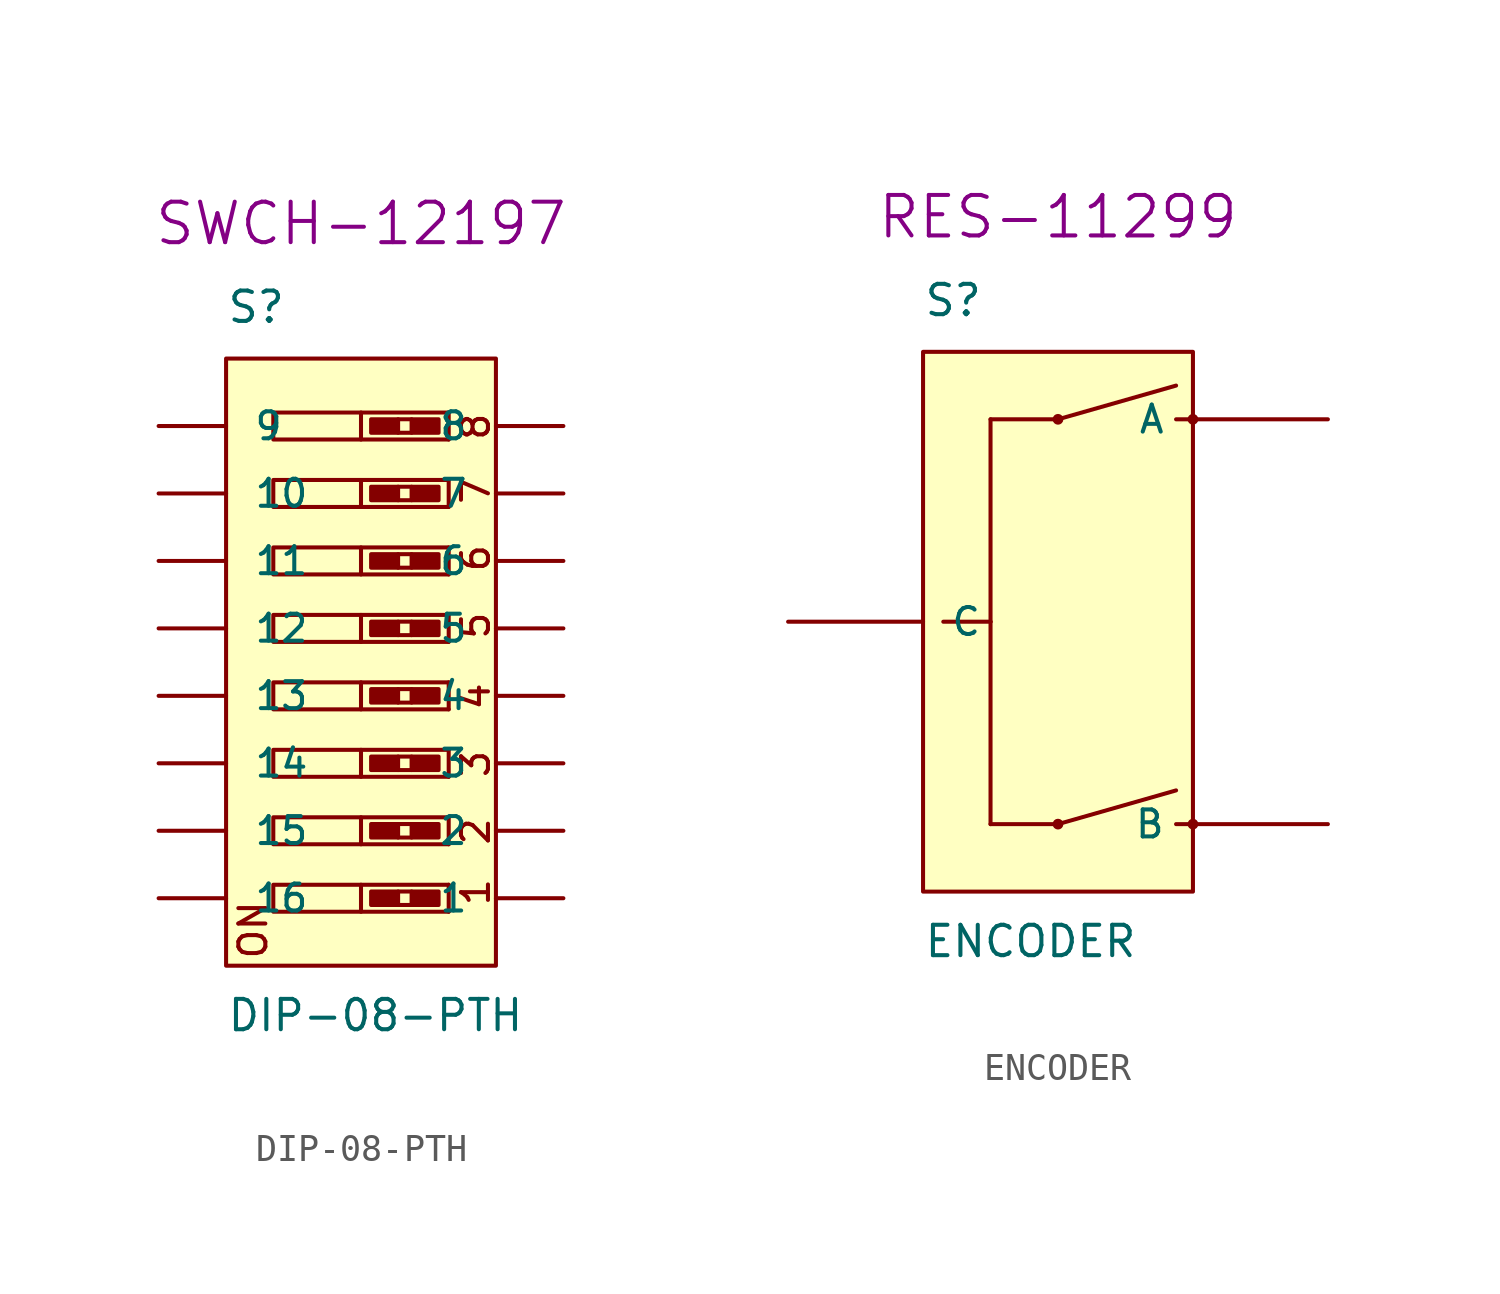
<source format=kicad_sym>
(kicad_symbol_lib
  (version 20211014)
  (generator kicad_symbol_editor)
  (symbol "DIP-08-PTH"
    (pin_numbers hide)
    (pin_names
      (offset 1.016))
    (property "Reference" "S"
      (at -5.08 11.43 0)
      (effects (font (size 1.143 1.143)) (justify left bottom)))
    (property "Value" "DIP-08-PTH"
      (at -5.08 -15.24 0)
      (effects (font (size 1.143 1.143)) (justify left bottom)))
    (property "Field4" "SWCH-12197"
      (at 0 15.24 0)
      (effects (font (size 1.524 1.524))))
    (property "ki_locked" ""
      (at 0 0 0)
      (effects (font (size 1.27 1.27))))
    (symbol "DIP-08-PTH_1_0"
      (polyline (pts (xy 0 -9.652) (xy 3.302 -9.652)) (stroke (width 0) (type default) (color 0 0 0 0)) (fill (type none)))
      (polyline (pts (xy 0 -7.112) (xy 3.302 -7.112)) (stroke (width 0) (type default) (color 0 0 0 0)) (fill (type none)))
      (polyline (pts (xy 0 -4.572) (xy 3.302 -4.572)) (stroke (width 0) (type default) (color 0 0 0 0)) (fill (type none)))
      (polyline (pts (xy 0 -2.032) (xy 3.302 -2.032)) (stroke (width 0) (type default) (color 0 0 0 0)) (fill (type none)))
      (polyline (pts (xy 0 0.508) (xy 3.302 0.508)) (stroke (width 0) (type default) (color 0 0 0 0)) (fill (type none)))
      (polyline (pts (xy 0 3.048) (xy 3.302 3.048)) (stroke (width 0) (type default) (color 0 0 0 0)) (fill (type none)))
      (polyline (pts (xy 0 5.588) (xy 3.302 5.588)) (stroke (width 0) (type default) (color 0 0 0 0)) (fill (type none)))
      (polyline (pts (xy 0 8.128) (xy 3.302 8.128)) (stroke (width 0) (type default) (color 0 0 0 0)) (fill (type none)))
      (polyline (pts (xy 1.397 -10.414) (xy 1.905 -10.414)) (stroke (width 0) (type default) (color 0 0 0 0)) (fill (type none)))
      (polyline (pts (xy 1.397 -9.906) (xy 1.905 -9.906)) (stroke (width 0) (type default) (color 0 0 0 0)) (fill (type none)))
      (polyline (pts (xy 1.397 -7.874) (xy 1.905 -7.874)) (stroke (width 0) (type default) (color 0 0 0 0)) (fill (type none)))
      (polyline (pts (xy 1.397 -7.366) (xy 1.905 -7.366)) (stroke (width 0) (type default) (color 0 0 0 0)) (fill (type none)))
      (polyline (pts (xy 1.397 -5.334) (xy 1.905 -5.334)) (stroke (width 0) (type default) (color 0 0 0 0)) (fill (type none)))
      (polyline (pts (xy 1.397 -4.826) (xy 1.905 -4.826)) (stroke (width 0) (type default) (color 0 0 0 0)) (fill (type none)))
      (polyline (pts (xy 1.397 -2.794) (xy 1.905 -2.794)) (stroke (width 0) (type default) (color 0 0 0 0)) (fill (type none)))
      (polyline (pts (xy 1.397 -2.286) (xy 1.905 -2.286)) (stroke (width 0) (type default) (color 0 0 0 0)) (fill (type none)))
      (polyline (pts (xy 1.397 -0.254) (xy 1.905 -0.254)) (stroke (width 0) (type default) (color 0 0 0 0)) (fill (type none)))
      (polyline (pts (xy 1.397 0.254) (xy 1.905 0.254)) (stroke (width 0) (type default) (color 0 0 0 0)) (fill (type none)))
      (polyline (pts (xy 1.397 2.286) (xy 1.905 2.286)) (stroke (width 0) (type default) (color 0 0 0 0)) (fill (type none)))
      (polyline (pts (xy 1.397 2.794) (xy 1.905 2.794)) (stroke (width 0) (type default) (color 0 0 0 0)) (fill (type none)))
      (polyline (pts (xy 1.397 4.826) (xy 1.905 4.826)) (stroke (width 0) (type default) (color 0 0 0 0)) (fill (type none)))
      (polyline (pts (xy 1.397 5.334) (xy 1.905 5.334)) (stroke (width 0) (type default) (color 0 0 0 0)) (fill (type none)))
      (polyline (pts (xy 1.397 7.366) (xy 1.905 7.366)) (stroke (width 0) (type default) (color 0 0 0 0)) (fill (type none)))
      (polyline (pts (xy 1.397 7.874) (xy 1.905 7.874)) (stroke (width 0) (type default) (color 0 0 0 0)) (fill (type none)))
      (polyline (pts (xy 3.302 -10.668) (xy 0 -10.668)) (stroke (width 0) (type default) (color 0 0 0 0)) (fill (type none)))
      (polyline (pts (xy 3.302 -9.652) (xy 3.302 -10.668)) (stroke (width 0) (type default) (color 0 0 0 0)) (fill (type none)))
      (polyline (pts (xy 3.302 -8.128) (xy 0 -8.128)) (stroke (width 0) (type default) (color 0 0 0 0)) (fill (type none)))
      (polyline (pts (xy 3.302 -7.112) (xy 3.302 -8.128)) (stroke (width 0) (type default) (color 0 0 0 0)) (fill (type none)))
      (polyline (pts (xy 3.302 -5.588) (xy 0 -5.588)) (stroke (width 0) (type default) (color 0 0 0 0)) (fill (type none)))
      (polyline (pts (xy 3.302 -4.572) (xy 3.302 -5.588)) (stroke (width 0) (type default) (color 0 0 0 0)) (fill (type none)))
      (polyline (pts (xy 3.302 -3.048) (xy 0 -3.048)) (stroke (width 0) (type default) (color 0 0 0 0)) (fill (type none)))
      (polyline (pts (xy 3.302 -2.032) (xy 3.302 -3.048)) (stroke (width 0) (type default) (color 0 0 0 0)) (fill (type none)))
      (polyline (pts (xy 3.302 -0.508) (xy 0 -0.508)) (stroke (width 0) (type default) (color 0 0 0 0)) (fill (type none)))
      (polyline (pts (xy 3.302 0.508) (xy 3.302 -0.508)) (stroke (width 0) (type default) (color 0 0 0 0)) (fill (type none)))
      (polyline (pts (xy 3.302 2.032) (xy 0 2.032)) (stroke (width 0) (type default) (color 0 0 0 0)) (fill (type none)))
      (polyline (pts (xy 3.302 3.048) (xy 3.302 2.032)) (stroke (width 0) (type default) (color 0 0 0 0)) (fill (type none)))
      (polyline (pts (xy 3.302 4.572) (xy 0 4.572)) (stroke (width 0) (type default) (color 0 0 0 0)) (fill (type none)))
      (polyline (pts (xy 3.302 5.588) (xy 3.302 4.572)) (stroke (width 0) (type default) (color 0 0 0 0)) (fill (type none)))
      (polyline (pts (xy 3.302 7.112) (xy 0 7.112)) (stroke (width 0) (type default) (color 0 0 0 0)) (fill (type none)))
      (polyline (pts (xy 3.302 8.128) (xy 3.302 7.112)) (stroke (width 0) (type default) (color 0 0 0 0)) (fill (type none)))
      (text "1" (at 4.318 -9.931 900) (effects (font (size 1.016 1.016))))
      (text "2" (at 4.318 -7.645 900) (effects (font (size 1.016 1.016))))
      (text "3" (at 4.318 -5.105 900) (effects (font (size 1.016 1.016))))
      (text "4" (at 4.318 -2.565 900) (effects (font (size 1.016 1.016))))
      (text "5" (at 4.318 0.102 900) (effects (font (size 1.016 1.016))))
      (text "6" (at 4.318 2.642 900) (effects (font (size 1.016 1.016))))
      (text "7" (at 4.318 5.182 900) (effects (font (size 1.016 1.016))))
      (text "8" (at 4.318 7.595 900) (effects (font (size 1.016 1.016))))
      (text "ON" (at -4.064 -11.354 900) (effects (font (size 1.016 1.016)))))
    (symbol "DIP-08-PTH_1_1"
      (polyline (pts (xy -5.08 10.16) (xy -5.08 -12.7) (xy 5.08 -12.7) (xy 5.08 10.16) (xy -5.08 10.16)) (stroke (width 0) (type default) (color 0 0 0 0)) (fill (type background)))
      (polyline (pts (xy -3.302 -9.652) (xy 0 -9.652) (xy 0 -10.668) (xy -3.302 -10.668) (xy -3.302 -9.652)) (stroke (width 0) (type default) (color 0 0 0 0)) (fill (type background)))
      (polyline (pts (xy -3.302 -7.112) (xy 0 -7.112) (xy 0 -8.128) (xy -3.302 -8.128) (xy -3.302 -7.112)) (stroke (width 0) (type default) (color 0 0 0 0)) (fill (type background)))
      (polyline (pts (xy -3.302 -4.572) (xy 0 -4.572) (xy 0 -5.588) (xy -3.302 -5.588) (xy -3.302 -4.572)) (stroke (width 0) (type default) (color 0 0 0 0)) (fill (type background)))
      (polyline (pts (xy -3.302 -2.032) (xy 0 -2.032) (xy 0 -3.048) (xy -3.302 -3.048) (xy -3.302 -2.032)) (stroke (width 0) (type default) (color 0 0 0 0)) (fill (type background)))
      (polyline (pts (xy -3.302 0.508) (xy 0 0.508) (xy 0 -0.508) (xy -3.302 -0.508) (xy -3.302 0.508)) (stroke (width 0) (type default) (color 0 0 0 0)) (fill (type background)))
      (polyline (pts (xy -3.302 3.048) (xy 0 3.048) (xy 0 2.032) (xy -3.302 2.032) (xy -3.302 3.048)) (stroke (width 0) (type default) (color 0 0 0 0)) (fill (type background)))
      (polyline (pts (xy -3.302 5.588) (xy 0 5.588) (xy 0 4.572) (xy -3.302 4.572) (xy -3.302 5.588)) (stroke (width 0) (type default) (color 0 0 0 0)) (fill (type background)))
      (polyline (pts (xy -3.302 8.128) (xy 0 8.128) (xy 0 7.112) (xy -3.302 7.112) (xy -3.302 8.128)) (stroke (width 0) (type default) (color 0 0 0 0)) (fill (type background)))
      (rectangle (start 0.381 -10.414) (end 1.397 -9.906) (stroke (width 0) (type default) (color 0 0 0 0)) (fill (type outline)))
      (rectangle (start 0.381 -7.874) (end 1.397 -7.366) (stroke (width 0) (type default) (color 0 0 0 0)) (fill (type outline)))
      (rectangle (start 0.381 -5.334) (end 1.397 -4.826) (stroke (width 0) (type default) (color 0 0 0 0)) (fill (type outline)))
      (rectangle (start 0.381 -2.794) (end 1.397 -2.286) (stroke (width 0) (type default) (color 0 0 0 0)) (fill (type outline)))
      (rectangle (start 0.381 -0.254) (end 1.397 0.254) (stroke (width 0) (type default) (color 0 0 0 0)) (fill (type outline)))
      (rectangle (start 0.381 2.286) (end 1.397 2.794) (stroke (width 0) (type default) (color 0 0 0 0)) (fill (type outline)))
      (rectangle (start 0.381 4.826) (end 1.397 5.334) (stroke (width 0) (type default) (color 0 0 0 0)) (fill (type outline)))
      (rectangle (start 0.381 7.366) (end 1.397 7.874) (stroke (width 0) (type default) (color 0 0 0 0)) (fill (type outline)))
      (rectangle (start 1.905 -10.414) (end 2.921 -9.906) (stroke (width 0) (type default) (color 0 0 0 0)) (fill (type outline)))
      (rectangle (start 1.905 -7.874) (end 2.921 -7.366) (stroke (width 0) (type default) (color 0 0 0 0)) (fill (type outline)))
      (rectangle (start 1.905 -5.334) (end 2.921 -4.826) (stroke (width 0) (type default) (color 0 0 0 0)) (fill (type outline)))
      (rectangle (start 1.905 -2.794) (end 2.921 -2.286) (stroke (width 0) (type default) (color 0 0 0 0)) (fill (type outline)))
      (rectangle (start 1.905 -0.254) (end 2.921 0.254) (stroke (width 0) (type default) (color 0 0 0 0)) (fill (type outline)))
      (rectangle (start 1.905 2.286) (end 2.921 2.794) (stroke (width 0) (type default) (color 0 0 0 0)) (fill (type outline)))
      (rectangle (start 1.905 4.826) (end 2.921 5.334) (stroke (width 0) (type default) (color 0 0 0 0)) (fill (type outline)))
      (rectangle (start 1.905 7.366) (end 2.921 7.874) (stroke (width 0) (type default) (color 0 0 0 0)) (fill (type outline)))
      (pin passive line (at 7.62 -10.16 180) (length 2.54) (name "1" (effects (font (size 1.016 1.016)))) (number "1" (effects (font (size 1.016 1.016)))))
      (pin passive line (at -7.62 5.08 0) (length 2.54) (name "10" (effects (font (size 1.016 1.016)))) (number "10" (effects (font (size 1.016 1.016)))))
      (pin passive line (at -7.62 2.54 0) (length 2.54) (name "11" (effects (font (size 1.016 1.016)))) (number "11" (effects (font (size 1.016 1.016)))))
      (pin passive line (at -7.62 0 0) (length 2.54) (name "12" (effects (font (size 1.016 1.016)))) (number "12" (effects (font (size 1.016 1.016)))))
      (pin passive line (at -7.62 -2.54 0) (length 2.54) (name "13" (effects (font (size 1.016 1.016)))) (number "13" (effects (font (size 1.016 1.016)))))
      (pin passive line (at -7.62 -5.08 0) (length 2.54) (name "14" (effects (font (size 1.016 1.016)))) (number "14" (effects (font (size 1.016 1.016)))))
      (pin passive line (at -7.62 -7.62 0) (length 2.54) (name "15" (effects (font (size 1.016 1.016)))) (number "15" (effects (font (size 1.016 1.016)))))
      (pin passive line (at -7.62 -10.16 0) (length 2.54) (name "16" (effects (font (size 1.016 1.016)))) (number "16" (effects (font (size 1.016 1.016)))))
      (pin passive line (at 7.62 -7.62 180) (length 2.54) (name "2" (effects (font (size 1.016 1.016)))) (number "2" (effects (font (size 1.016 1.016)))))
      (pin passive line (at 7.62 -5.08 180) (length 2.54) (name "3" (effects (font (size 1.016 1.016)))) (number "3" (effects (font (size 1.016 1.016)))))
      (pin passive line (at 7.62 -2.54 180) (length 2.54) (name "4" (effects (font (size 1.016 1.016)))) (number "4" (effects (font (size 1.016 1.016)))))
      (pin passive line (at 7.62 0 180) (length 2.54) (name "5" (effects (font (size 1.016 1.016)))) (number "5" (effects (font (size 1.016 1.016)))))
      (pin passive line (at 7.62 2.54 180) (length 2.54) (name "6" (effects (font (size 1.016 1.016)))) (number "6" (effects (font (size 1.016 1.016)))))
      (pin passive line (at 7.62 5.08 180) (length 2.54) (name "7" (effects (font (size 1.016 1.016)))) (number "7" (effects (font (size 1.016 1.016)))))
      (pin passive line (at 7.62 7.62 180) (length 2.54) (name "8" (effects (font (size 1.016 1.016)))) (number "8" (effects (font (size 1.016 1.016)))))
      (pin passive line (at -7.62 7.62 0) (length 2.54) (name "9" (effects (font (size 1.016 1.016)))) (number "9" (effects (font (size 1.016 1.016)))))))
  (symbol "ENCODER"
    (pin_numbers hide)
    (pin_names
      (offset 1.016))
    (property "Reference" "S"
      (at -5.08 11.43 0)
      (effects (font (size 1.143 1.143)) (justify left bottom)))
    (property "Value" "ENCODER"
      (at -5.08 -12.7 0)
      (effects (font (size 1.143 1.143)) (justify left bottom)))
    (property "Field4" "RES-11299"
      (at 0 15.24 0)
      (effects (font (size 1.524 1.524))))
    (property "ki_locked" ""
      (at 0 0 0)
      (effects (font (size 1.27 1.27))))
    (symbol "ENCODER_1_0"
      (polyline (pts (xy -2.54 -7.62) (xy 0 -7.62)) (stroke (width 0) (type default) (color 0 0 0 0)) (fill (type none)))
      (polyline (pts (xy -2.54 0) (xy -4.318 0)) (stroke (width 0) (type default) (color 0 0 0 0)) (fill (type none)))
      (polyline (pts (xy -2.54 0) (xy -2.54 -7.62)) (stroke (width 0) (type default) (color 0 0 0 0)) (fill (type none)))
      (polyline (pts (xy -2.54 7.62) (xy -2.54 0)) (stroke (width 0) (type default) (color 0 0 0 0)) (fill (type none)))
      (polyline (pts (xy 0 -7.62) (xy 4.445 -6.35)) (stroke (width 0) (type default) (color 0 0 0 0)) (fill (type none)))
      (polyline (pts (xy 0 7.62) (xy -2.54 7.62)) (stroke (width 0) (type default) (color 0 0 0 0)) (fill (type none)))
      (polyline (pts (xy 0 7.62) (xy 4.445 8.89)) (stroke (width 0) (type default) (color 0 0 0 0)) (fill (type none)))
      (polyline (pts (xy 4.445 -7.62) (xy 5.08 -7.62)) (stroke (width 0) (type default) (color 0 0 0 0)) (fill (type none)))
      (polyline (pts (xy 4.445 7.62) (xy 5.08 7.62)) (stroke (width 0) (type default) (color 0 0 0 0)) (fill (type none))))
    (symbol "ENCODER_1_1"
      (circle (center 0 -7.62) (radius 0.127) (stroke (width 0) (type default) (color 0 0 0 0)) (fill (type outline)))
      (polyline (pts (xy 5.08 10.16) (xy -5.08 10.16) (xy -5.08 -10.16) (xy 5.08 -10.16) (xy 5.08 10.16)) (stroke (width 0) (type default) (color 0 0 0 0)) (fill (type background)))
      (circle (center 0 7.62) (radius 0.127) (stroke (width 0) (type default) (color 0 0 0 0)) (fill (type outline)))
      (circle (center 5.08 -7.62) (radius 0.127) (stroke (width 0) (type default) (color 0 0 0 0)) (fill (type outline)))
      (circle (center 5.08 7.62) (radius 0.127) (stroke (width 0) (type default) (color 0 0 0 0)) (fill (type outline)))
      (pin bidirectional line (at 10.16 7.62 180) (length 5.08) (name "A" (effects (font (size 1.016 1.016)))) (number "A" (effects (font (size 1.016 1.016)))))
      (pin bidirectional line (at 10.16 -7.62 180) (length 5.08) (name "B" (effects (font (size 1.016 1.016)))) (number "B" (effects (font (size 1.016 1.016)))))
      (pin bidirectional line (at -10.16 0 0) (length 5.08) (name "C" (effects (font (size 1.016 1.016)))) (number "C" (effects (font (size 1.016 1.016))))))))
</source>
